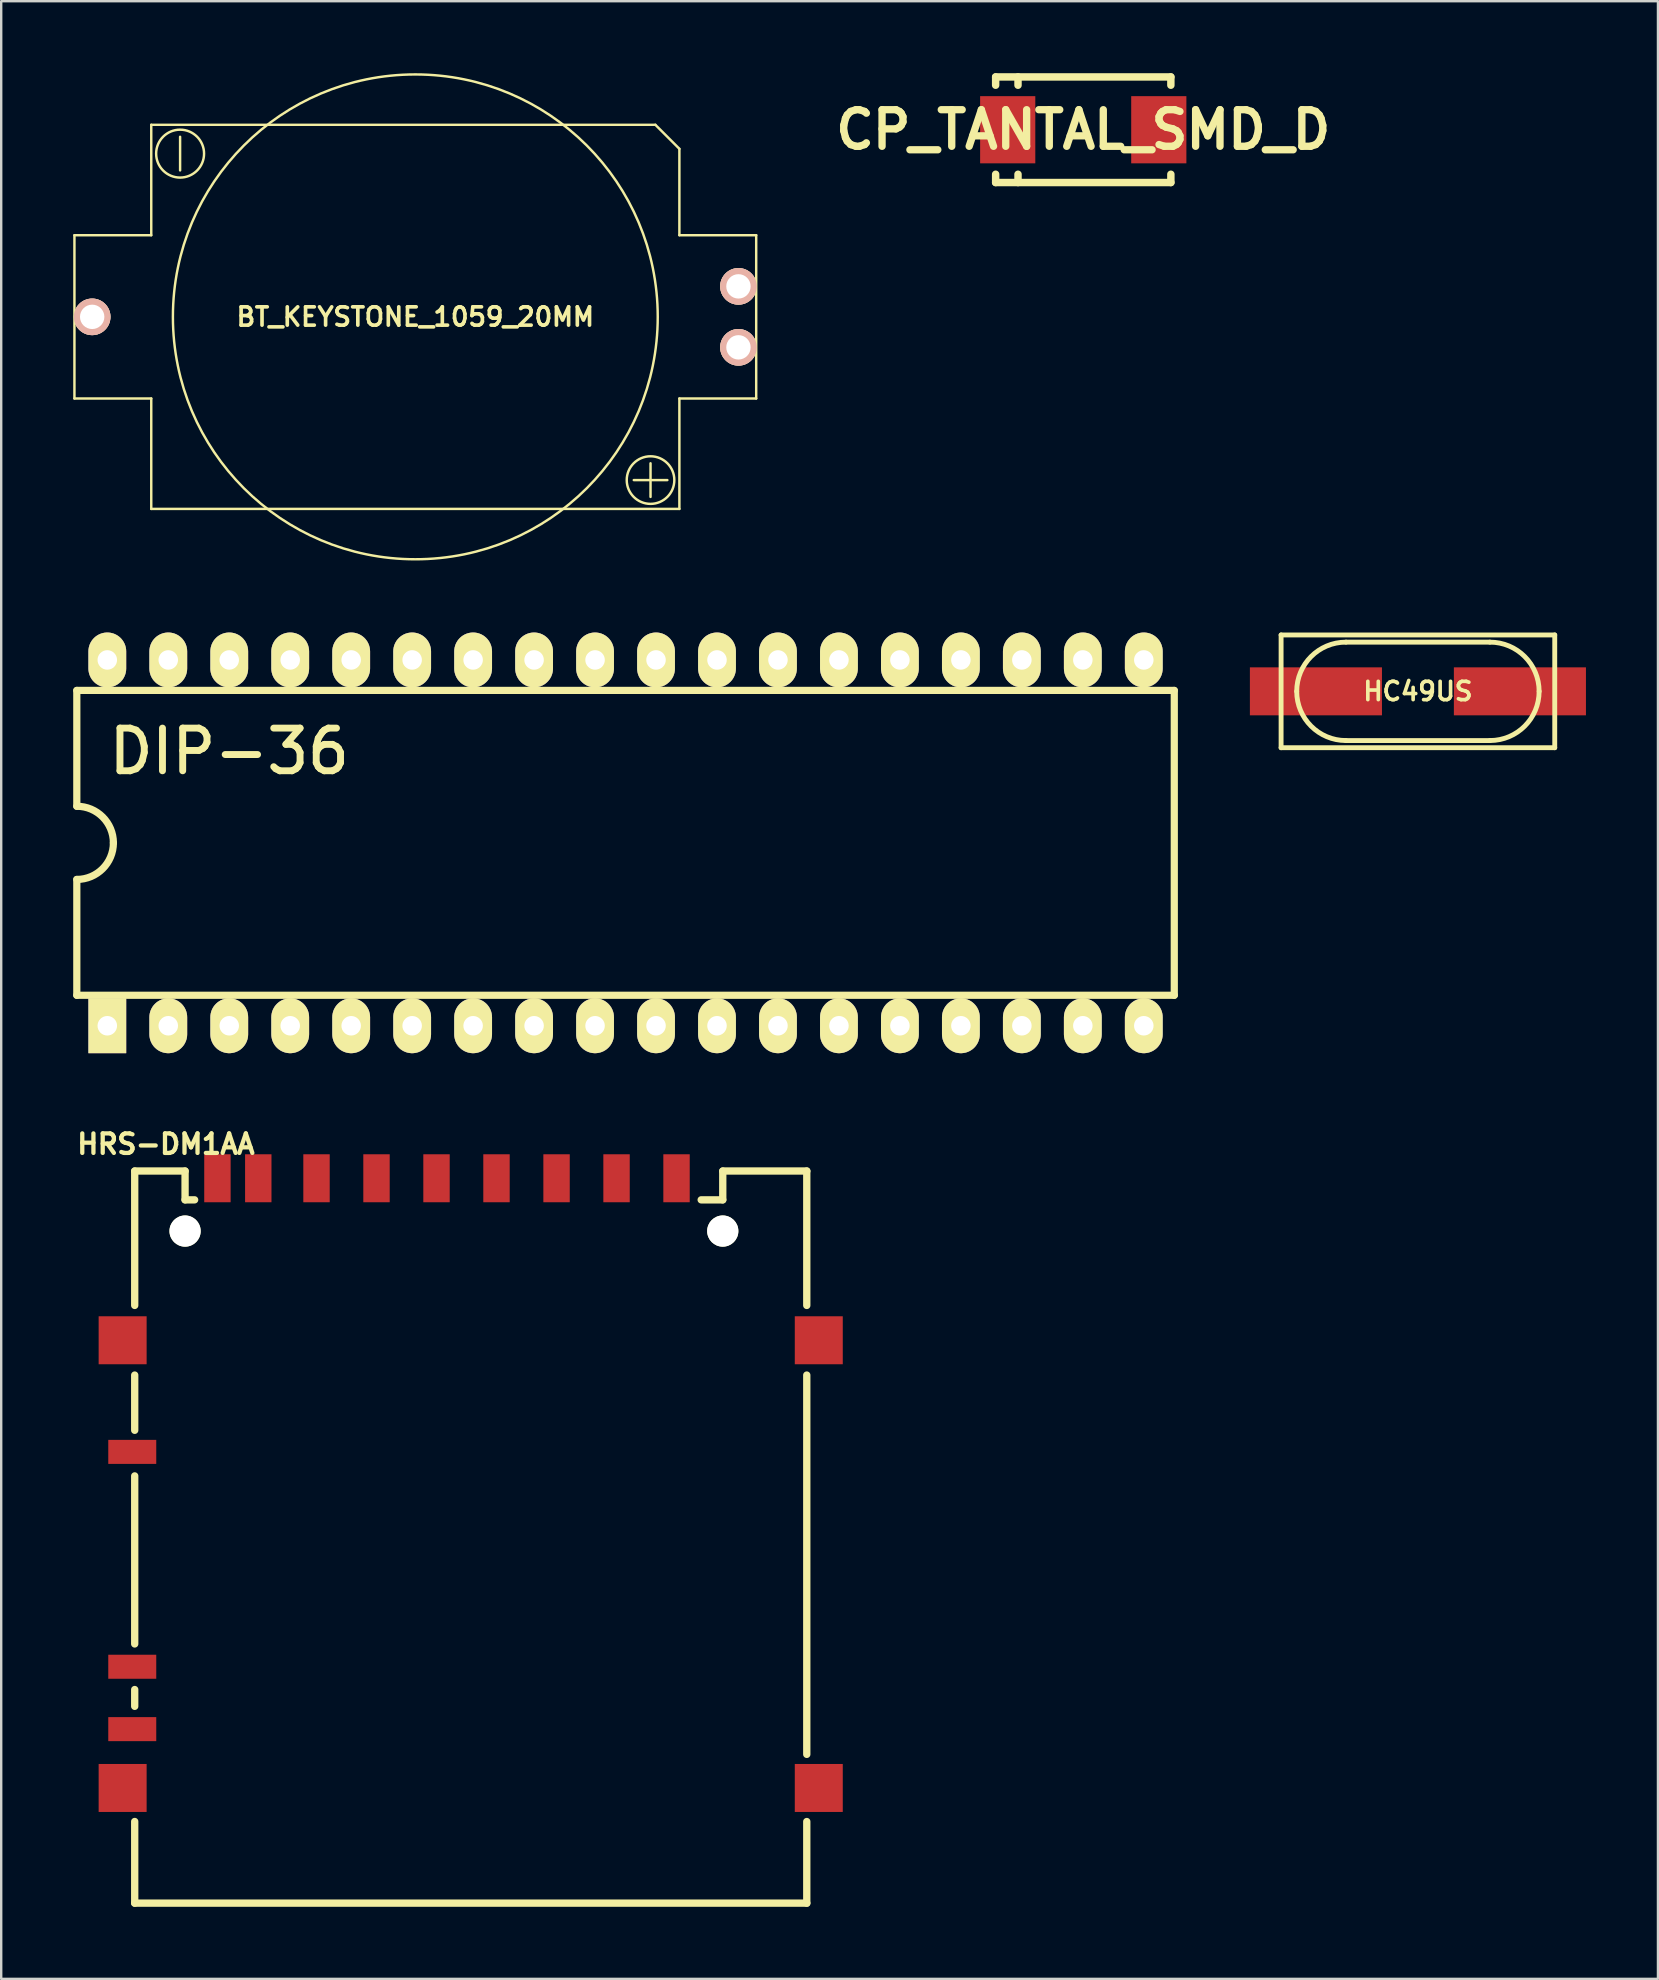
<source format=kicad_pcb>
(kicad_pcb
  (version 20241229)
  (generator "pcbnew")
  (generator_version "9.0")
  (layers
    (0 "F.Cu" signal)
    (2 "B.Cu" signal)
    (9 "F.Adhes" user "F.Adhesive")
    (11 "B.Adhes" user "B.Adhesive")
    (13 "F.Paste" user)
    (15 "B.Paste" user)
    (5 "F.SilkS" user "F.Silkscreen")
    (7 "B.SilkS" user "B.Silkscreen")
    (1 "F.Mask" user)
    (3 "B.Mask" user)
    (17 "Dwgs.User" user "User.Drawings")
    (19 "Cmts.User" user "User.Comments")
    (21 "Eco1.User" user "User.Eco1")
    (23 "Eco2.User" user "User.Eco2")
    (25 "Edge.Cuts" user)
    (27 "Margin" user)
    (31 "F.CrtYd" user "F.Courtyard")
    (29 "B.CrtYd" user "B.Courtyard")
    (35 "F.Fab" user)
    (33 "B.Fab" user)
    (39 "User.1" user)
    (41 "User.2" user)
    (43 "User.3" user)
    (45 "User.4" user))
  (footprint "DIP-36"
    (layer "F.Cu")
    (at 25.55 32.063)
    (property "Reference" "DIP-36" (at -19.05 -3.81 0) (layer "F.SilkS") (effects (font (size 1.778 1.77) (thickness 0.287))))
    (attr through_hole)
    (fp_line (start -25.4 -6.35) (end -25.4 -1.524) (stroke (width 0.3) (type solid)) (layer "F.SilkS"))
    (fp_line (start -25.4 -6.35) (end 20.32 -6.35) (stroke (width 0.3) (type solid)) (layer "F.SilkS"))
    (fp_line (start -25.4 1.524) (end -25.4 6.35) (stroke (width 0.3) (type solid)) (layer "F.SilkS"))
    (fp_line (start 20.32 -6.35) (end 20.32 6.35) (stroke (width 0.3) (type solid)) (layer "F.SilkS"))
    (fp_line (start 20.32 6.35) (end -25.4 6.35) (stroke (width 0.3) (type solid)) (layer "F.SilkS"))
    (fp_arc (start -25.4 -1.524) (mid -24.322369 -1.077631) (end -23.876 0) (stroke (width 0.29972) (type solid)) (layer "F.SilkS"))
    (fp_arc (start -23.876 0) (mid -24.322369 1.077631) (end -25.4 1.524) (stroke (width 0.29972) (type solid)) (layer "F.SilkS"))
    (pad "1" thru_hole rect (at -24.13 7.62) (size 1.575 2.286) (drill 0.813) (layers "*.Cu" "*.Mask" "F.SilkS"))
    (pad "2" thru_hole oval (at -21.59 7.62) (size 1.575 2.286) (drill 0.813) (layers "*.Cu" "*.Mask" "F.SilkS"))
    (pad "3" thru_hole oval (at -19.05 7.62) (size 1.575 2.286) (drill 0.813) (layers "*.Cu" "*.Mask" "F.SilkS"))
    (pad "4" thru_hole oval (at -16.51 7.62) (size 1.575 2.286) (drill 0.813) (layers "*.Cu" "*.Mask" "F.SilkS"))
    (pad "5" thru_hole oval (at -13.97 7.62) (size 1.575 2.286) (drill 0.813) (layers "*.Cu" "*.Mask" "F.SilkS"))
    (pad "6" thru_hole oval (at -11.43 7.62) (size 1.575 2.286) (drill 0.813) (layers "*.Cu" "*.Mask" "F.SilkS"))
    (pad "7" thru_hole oval (at -8.89 7.62) (size 1.575 2.286) (drill 0.813) (layers "*.Cu" "*.Mask" "F.SilkS"))
    (pad "8" thru_hole oval (at -6.35 7.62) (size 1.575 2.286) (drill 0.813) (layers "*.Cu" "*.Mask" "F.SilkS"))
    (pad "9" thru_hole oval (at -3.81 7.62) (size 1.575 2.286) (drill 0.813) (layers "*.Cu" "*.Mask" "F.SilkS"))
    (pad "10" thru_hole oval (at -1.27 7.62) (size 1.575 2.286) (drill 0.813) (layers "*.Cu" "*.Mask" "F.SilkS"))
    (pad "11" thru_hole oval (at 1.27 7.62) (size 1.575 2.286) (drill 0.813) (layers "*.Cu" "*.Mask" "F.SilkS"))
    (pad "12" thru_hole oval (at 3.81 7.62) (size 1.575 2.286) (drill 0.813) (layers "*.Cu" "*.Mask" "F.SilkS"))
    (pad "13" thru_hole oval (at 6.35 7.62) (size 1.575 2.286) (drill 0.813) (layers "*.Cu" "*.Mask" "F.SilkS"))
    (pad "14" thru_hole oval (at 8.89 7.62) (size 1.575 2.286) (drill 0.813) (layers "*.Cu" "*.Mask" "F.SilkS"))
    (pad "15" thru_hole oval (at 11.43 7.62) (size 1.575 2.286) (drill 0.813) (layers "*.Cu" "*.Mask" "F.SilkS"))
    (pad "16" thru_hole oval (at 13.97 7.62) (size 1.575 2.286) (drill 0.813) (layers "*.Cu" "*.Mask" "F.SilkS"))
    (pad "17" thru_hole oval (at 16.51 7.62) (size 1.575 2.286) (drill 0.813) (layers "*.Cu" "*.Mask" "F.SilkS"))
    (pad "18" thru_hole oval (at 19.05 7.62) (size 1.575 2.286) (drill 0.813) (layers "*.Cu" "*.Mask" "F.SilkS"))
    (pad "19" thru_hole oval (at 19.05 -7.62) (size 1.575 2.286) (drill 0.813) (layers "*.Cu" "*.Mask" "F.SilkS"))
    (pad "20" thru_hole oval (at 16.51 -7.62) (size 1.575 2.286) (drill 0.813) (layers "*.Cu" "*.Mask" "F.SilkS"))
    (pad "21" thru_hole oval (at 13.97 -7.62) (size 1.575 2.286) (drill 0.813) (layers "*.Cu" "*.Mask" "F.SilkS"))
    (pad "22" thru_hole oval (at 11.43 -7.62) (size 1.575 2.286) (drill 0.813) (layers "*.Cu" "*.Mask" "F.SilkS"))
    (pad "23" thru_hole oval (at 8.89 -7.62) (size 1.575 2.286) (drill 0.813) (layers "*.Cu" "*.Mask" "F.SilkS"))
    (pad "24" thru_hole oval (at 6.35 -7.62) (size 1.575 2.286) (drill 0.813) (layers "*.Cu" "*.Mask" "F.SilkS"))
    (pad "25" thru_hole oval (at 3.81 -7.62) (size 1.575 2.286) (drill 0.813) (layers "*.Cu" "*.Mask" "F.SilkS"))
    (pad "26" thru_hole oval (at 1.27 -7.62) (size 1.575 2.286) (drill 0.813) (layers "*.Cu" "*.Mask" "F.SilkS"))
    (pad "27" thru_hole oval (at -1.27 -7.62) (size 1.575 2.286) (drill 0.813) (layers "*.Cu" "*.Mask" "F.SilkS"))
    (pad "28" thru_hole oval (at -3.81 -7.62) (size 1.575 2.286) (drill 0.813) (layers "*.Cu" "*.Mask" "F.SilkS"))
    (pad "29" thru_hole oval (at -6.35 -7.62) (size 1.575 2.286) (drill 0.813) (layers "*.Cu" "*.Mask" "F.SilkS"))
    (pad "30" thru_hole oval (at -8.89 -7.62) (size 1.575 2.286) (drill 0.813) (layers "*.Cu" "*.Mask" "F.SilkS"))
    (pad "31" thru_hole oval (at -11.43 -7.62) (size 1.575 2.286) (drill 0.813) (layers "*.Cu" "*.Mask" "F.SilkS"))
    (pad "32" thru_hole oval (at -13.97 -7.62) (size 1.575 2.286) (drill 0.813) (layers "*.Cu" "*.Mask" "F.SilkS"))
    (pad "33" thru_hole oval (at -16.51 -7.62) (size 1.575 2.286) (drill 0.813) (layers "*.Cu" "*.Mask" "F.SilkS"))
    (pad "34" thru_hole oval (at -19.05 -7.62) (size 1.575 2.286) (drill 0.813) (layers "*.Cu" "*.Mask" "F.SilkS"))
    (pad "35" thru_hole oval (at -21.59 -7.62) (size 1.575 2.286) (drill 0.813) (layers "*.Cu" "*.Mask" "F.SilkS"))
    (pad "36" thru_hole oval (at -24.13 -7.62) (size 1.575 2.286) (drill 0.813) (layers "*.Cu" "*.Mask" "F.SilkS")))
  (footprint "CP_TANTAL_SMD_D"
    (layer "F.Cu")
    (at 42.078 2.355)
    (property "Reference" "CP_TANTAL_SMD_D" (at 0 0 0) (layer "F.SilkS") (effects (font (size 1.524 1.524) (thickness 0.305))))
    (attr through_hole)
    (fp_line (start -3.65 -2.2) (end -3.65 -1.854) (stroke (width 0.31) (type solid)) (layer "F.SilkS"))
    (fp_line (start -3.65 1.854) (end -3.65 2.2) (stroke (width 0.31) (type solid)) (layer "F.SilkS"))
    (fp_line (start -2.718 -2.2) (end -2.718 -1.854) (stroke (width 0.31) (type solid)) (layer "F.SilkS"))
    (fp_line (start -2.718 1.854) (end -2.718 2.2) (stroke (width 0.31) (type solid)) (layer "F.SilkS"))
    (fp_line (start 3.65 -2.2) (end -3.65 -2.2) (stroke (width 0.31) (type solid)) (layer "F.SilkS"))
    (fp_line (start 3.65 -2.2) (end 3.65 -1.854) (stroke (width 0.31) (type solid)) (layer "F.SilkS"))
    (fp_line (start 3.65 1.854) (end 3.65 2.2) (stroke (width 0.31) (type solid)) (layer "F.SilkS"))
    (fp_line (start 3.65 2.2) (end -3.65 2.2) (stroke (width 0.31) (type solid)) (layer "F.SilkS"))
    (pad "1" smd rect (at -3.147 0 90) (size 2.799 2.299) (layers "F.Cu" "F.Mask" "F.Paste"))
    (pad "2" smd rect (at 3.147 0 270) (size 2.799 2.299) (layers "F.Cu" "F.Mask" "F.Paste")))
  (footprint "HC49US"
    (layer "F.Cu")
    (at 56.02 25.751)
    (property "Reference" "HC49US" (at 0 0 0) (layer "F.SilkS") (effects (font (size 0.762 0.762) (thickness 0.152))))
    (attr through_hole)
    (fp_line (start -5.7 -2.349) (end 5.7 -2.349) (stroke (width 0.203) (type solid)) (layer "F.SilkS"))
    (fp_line (start -5.7 2.349) (end -5.7 -2.349) (stroke (width 0.203) (type solid)) (layer "F.SilkS"))
    (fp_line (start -3 -2.05) (end 3 -2.05) (stroke (width 0.203) (type solid)) (layer "F.SilkS"))
    (fp_line (start -3 2.05) (end 3 2.05) (stroke (width 0.203) (type solid)) (layer "F.SilkS"))
    (fp_line (start 5.7 -2.349) (end 5.7 2.349) (stroke (width 0.203) (type solid)) (layer "F.SilkS"))
    (fp_line (start 5.7 2.349) (end -5.7 2.349) (stroke (width 0.203) (type solid)) (layer "F.SilkS"))
    (fp_arc (start -5.04952 0) (mid -4.449153 -1.449413) (end -2.99974 -2.04978) (stroke (width 0.2032) (type solid)) (layer "F.SilkS"))
    (fp_arc (start -2.99974 2.04978) (mid -4.449153 1.449413) (end -5.04952 0) (stroke (width 0.2032) (type solid)) (layer "F.SilkS"))
    (fp_arc (start 2.99974 -2.04978) (mid 4.449153 -1.449413) (end 5.04952 0) (stroke (width 0.2032) (type solid)) (layer "F.SilkS"))
    (fp_arc (start 5.04952 0) (mid 4.449153 1.449413) (end 2.99974 2.04978) (stroke (width 0.2032) (type solid)) (layer "F.SilkS"))
    (pad "1" smd rect (at -4.249 0) (size 5.502 1.999) (layers "F.Cu" "F.Mask" "F.Paste"))
    (pad "2" smd rect (at 4.249 0) (size 5.502 1.999) (layers "F.Cu" "F.Mask" "F.Paste")))
  (footprint "HRS-DM1AA"
    (layer "F.Cu")
    (at 16.562 60.933)
    (property "Reference" "HRS-DM1AA" (at -12.7 -16.32 0) (layer "F.SilkS") (effects (font (size 0.813 0.813) (thickness 0.178))))
    (attr through_hole)
    (fp_line (start -14 -15.199) (end -11.9 -15.199) (stroke (width 0.305) (type solid)) (layer "F.SilkS"))
    (fp_line (start -14 -15.197) (end -14 -9.599) (stroke (width 0.305) (type solid)) (layer "F.SilkS"))
    (fp_line (start -14 -6.698) (end -14 -4.397) (stroke (width 0.305) (type solid)) (layer "F.SilkS"))
    (fp_line (start -14 -2.497) (end -14 4.503) (stroke (width 0.305) (type solid)) (layer "F.SilkS"))
    (fp_line (start -14 6.403) (end -14 7.102) (stroke (width 0.305) (type solid)) (layer "F.SilkS"))
    (fp_line (start -14 11.9) (end -14 15.301) (stroke (width 0.305) (type solid)) (layer "F.SilkS"))
    (fp_line (start -11.902 -15.197) (end -11.902 -13.998) (stroke (width 0.305) (type solid)) (layer "F.SilkS"))
    (fp_line (start -11.902 -13.998) (end -11.504 -13.998) (stroke (width 0.305) (type solid)) (layer "F.SilkS"))
    (fp_line (start 10.498 -13.998) (end 9.599 -13.998) (stroke (width 0.305) (type solid)) (layer "F.SilkS"))
    (fp_line (start 10.498 -13.998) (end 10.498 -15.197) (stroke (width 0.305) (type solid)) (layer "F.SilkS"))
    (fp_line (start 10.5 -15.199) (end 14 -15.199) (stroke (width 0.305) (type solid)) (layer "F.SilkS"))
    (fp_line (start 13.998 -15.197) (end 13.998 -9.599) (stroke (width 0.305) (type solid)) (layer "F.SilkS"))
    (fp_line (start 13.998 -6.698) (end 13.998 9.103) (stroke (width 0.305) (type solid)) (layer "F.SilkS"))
    (fp_line (start 13.998 15.303) (end 13.998 11.902) (stroke (width 0.305) (type solid)) (layer "F.SilkS"))
    (fp_line (start 14 15.301) (end -14 15.301) (stroke (width 0.305) (type solid)) (layer "F.SilkS"))
    (pad "" np_thru_hole circle (at -11.902 -12.697) (size 1.3 1.3) (drill 1.3) (layers "*.Cu" "*.Mask" "F.SilkS"))
    (pad "" np_thru_hole circle (at 10.498 -12.697) (size 1.3 1.3) (drill 1.3) (layers "*.Cu" "*.Mask" "F.SilkS"))
    (pad "1" smd rect (at 6.073 -14.897) (size 1.1 1.999) (layers "F.Cu" "F.Mask" "F.Paste"))
    (pad "2" smd rect (at 3.574 -14.897) (size 1.1 1.999) (layers "F.Cu" "F.Mask" "F.Paste"))
    (pad "3" smd rect (at 1.072 -14.897) (size 1.1 1.999) (layers "F.Cu" "F.Mask" "F.Paste"))
    (pad "4" smd rect (at -1.427 -14.897) (size 1.1 1.999) (layers "F.Cu" "F.Mask" "F.Paste"))
    (pad "5" smd rect (at -3.927 -14.897) (size 1.1 1.999) (layers "F.Cu" "F.Mask" "F.Paste"))
    (pad "6" smd rect (at -6.426 -14.897) (size 1.1 1.999) (layers "F.Cu" "F.Mask" "F.Paste"))
    (pad "7" smd rect (at -8.852 -14.897) (size 1.1 1.999) (layers "F.Cu" "F.Mask" "F.Paste"))
    (pad "8" smd rect (at -10.554 -14.897) (size 1.1 1.999) (layers "F.Cu" "F.Mask" "F.Paste"))
    (pad "9" smd rect (at 8.572 -14.897) (size 1.1 1.999) (layers "F.Cu" "F.Mask" "F.Paste"))
    (pad "DT" smd rect (at -14.102 -3.498) (size 1.999 1.001) (layers "F.Cu" "F.Mask" "F.Paste"))
    (pad "GND1" smd rect (at -14.503 -8.148) (size 1.999 1.999) (layers "F.Cu" "F.Mask" "F.Paste"))
    (pad "GND1" smd rect (at -14.503 10.503) (size 1.999 1.999) (layers "F.Cu" "F.Mask" "F.Paste"))
    (pad "GND1" smd rect (at 14.498 -8.148) (size 1.999 1.999) (layers "F.Cu" "F.Mask" "F.Paste"))
    (pad "GND1" smd rect (at 14.498 10.503) (size 1.999 1.999) (layers "F.Cu" "F.Mask" "F.Paste"))
    (pad "GND2" smd rect (at -14.102 8.052) (size 1.999 1.001) (layers "F.Cu" "F.Mask" "F.Paste"))
    (pad "WP" smd rect (at -14.102 5.453) (size 1.999 1.001) (layers "F.Cu" "F.Mask" "F.Paste")))
  (footprint "BT_KEYSTONE_1059_20MM"
    (layer "F.Cu")
    (at 14.252 10.15)
    (property "Reference" "BT_KEYSTONE_1059_20MM" (at 0 0 0) (layer "F.SilkS") (effects (font (size 0.762 0.762) (thickness 0.152))))
    (attr through_hole)
    (fp_line (start -14.201 -3.401) (end -14.201 3.401) (stroke (width 0.102) (type solid)) (layer "F.SilkS"))
    (fp_line (start -14.201 3.401) (end -11.001 3.401) (stroke (width 0.102) (type solid)) (layer "F.SilkS"))
    (fp_line (start -11.001 -8.001) (end -11.001 -3.401) (stroke (width 0.102) (type solid)) (layer "F.SilkS"))
    (fp_line (start -11.001 -3.401) (end -14.201 -3.401) (stroke (width 0.102) (type solid)) (layer "F.SilkS"))
    (fp_line (start -11.001 3.401) (end -11.001 8.001) (stroke (width 0.102) (type solid)) (layer "F.SilkS"))
    (fp_line (start -11.001 8.001) (end 11.001 8.001) (stroke (width 0.102) (type solid)) (layer "F.SilkS"))
    (fp_line (start -9.799 -7.501) (end -9.799 -6.101) (stroke (width 0.102) (type solid)) (layer "F.SilkS"))
    (fp_line (start 9.101 6.8) (end 10.5 6.8) (stroke (width 0.102) (type solid)) (layer "F.SilkS"))
    (fp_line (start 9.799 6.101) (end 9.799 7.501) (stroke (width 0.102) (type solid)) (layer "F.SilkS"))
    (fp_line (start 10 -8.001) (end -11.001 -8.001) (stroke (width 0.102) (type solid)) (layer "F.SilkS"))
    (fp_line (start 11.001 -7) (end 10 -8.001) (stroke (width 0.102) (type solid)) (layer "F.SilkS"))
    (fp_line (start 11.001 -3.401) (end 11.001 -7) (stroke (width 0.102) (type solid)) (layer "F.SilkS"))
    (fp_line (start 11.001 3.401) (end 14.201 3.401) (stroke (width 0.102) (type solid)) (layer "F.SilkS"))
    (fp_line (start 11.001 8.001) (end 11.001 3.401) (stroke (width 0.102) (type solid)) (layer "F.SilkS"))
    (fp_line (start 14.201 -3.401) (end 11.001 -3.401) (stroke (width 0.102) (type solid)) (layer "F.SilkS"))
    (fp_line (start 14.201 3.401) (end 14.201 -3.401) (stroke (width 0.102) (type solid)) (layer "F.SilkS"))
    (fp_circle (center -9.799 -6.8) (end -8.801 -6.8) (stroke (width 0.102) (type solid)) (fill no) (layer "F.SilkS"))
    (fp_circle (center 0 0) (end 10.099 0) (stroke (width 0.102) (type solid)) (fill no) (layer "F.SilkS"))
    (fp_circle (center 9.799 6.8) (end 10.5 7.501) (stroke (width 0.102) (type solid)) (fill no) (layer "F.SilkS"))
    (pad "1" thru_hole circle (at 13.462 -1.27) (size 1.524 1.524) (drill 1.016) (layers "*.Cu" "*.SilkS" "*.Mask"))
    (pad "1" thru_hole circle (at 13.462 1.27) (size 1.524 1.524) (drill 1.016) (layers "*.Cu" "*.SilkS" "*.Mask"))
    (pad "2" thru_hole circle (at -13.462 0) (size 1.524 1.524) (drill 1.016) (layers "*.Cu" "*.SilkS" "*.Mask")))
  (gr_rect
    (start -3 -3)
    (end 66.02 79.389)
    (stroke (width 0.1) (type default))
    (fill no)
    (layer "Edge.Cuts")))
</source>
